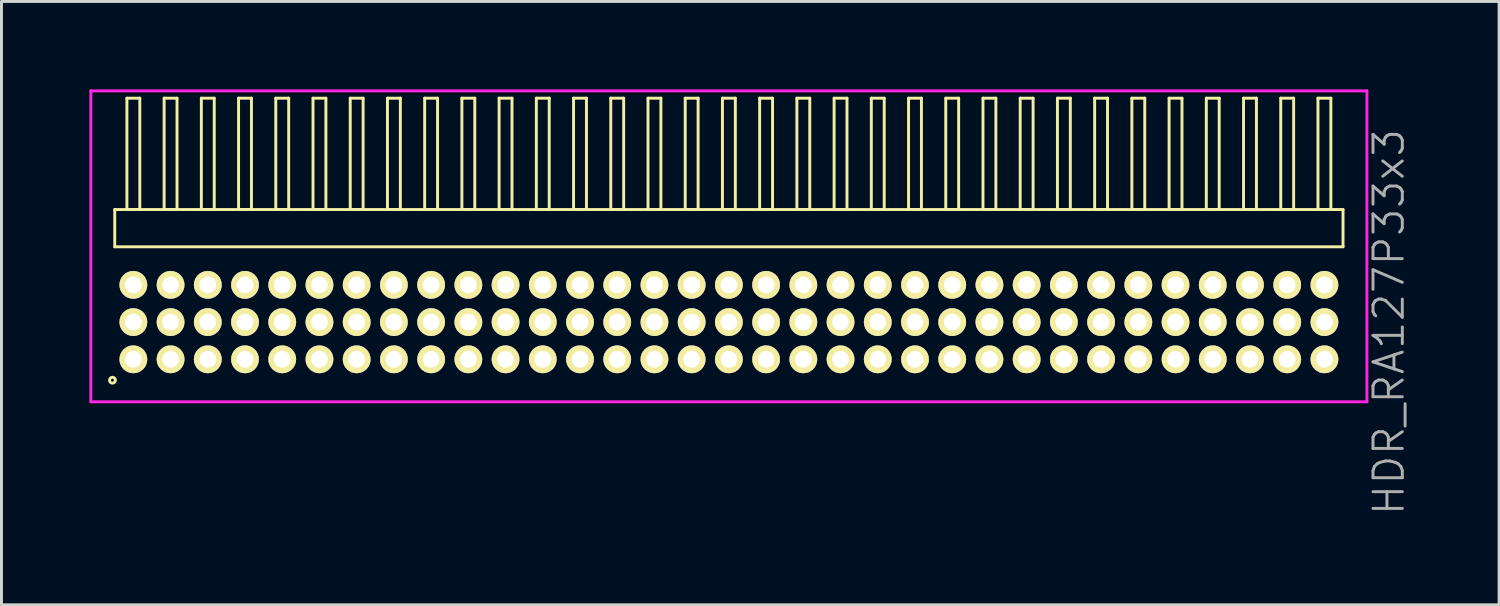
<source format=kicad_pcb>
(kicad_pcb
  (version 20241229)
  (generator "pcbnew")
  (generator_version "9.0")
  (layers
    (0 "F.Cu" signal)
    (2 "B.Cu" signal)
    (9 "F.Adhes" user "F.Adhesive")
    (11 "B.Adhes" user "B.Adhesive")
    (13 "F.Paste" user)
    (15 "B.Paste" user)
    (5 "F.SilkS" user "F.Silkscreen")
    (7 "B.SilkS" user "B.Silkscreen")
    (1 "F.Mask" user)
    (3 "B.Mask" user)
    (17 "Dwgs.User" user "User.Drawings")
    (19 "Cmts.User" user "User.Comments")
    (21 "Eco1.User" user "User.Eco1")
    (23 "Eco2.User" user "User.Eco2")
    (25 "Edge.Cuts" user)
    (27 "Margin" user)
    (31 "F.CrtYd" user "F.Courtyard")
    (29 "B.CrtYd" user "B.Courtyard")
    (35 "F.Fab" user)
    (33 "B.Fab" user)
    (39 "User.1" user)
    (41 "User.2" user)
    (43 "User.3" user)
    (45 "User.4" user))
  (footprint "HDR_RA127P33x3"
    (layer "F.Cu")
    (at 21.82 7.94)
    (property "Reference" "HDR_RA127P33x3" (at 22.52 0 90) (layer "F.Fab") (effects (font (size 1 1) (thickness 0.1))))
    (attr through_hole)
    (fp_line (start -20.955 -3.84) (end -20.955 -2.57) (stroke (width 0.1) (type solid)) (layer "F.SilkS"))
    (fp_line (start -20.955 -2.57) (end 20.955 -2.57) (stroke (width 0.1) (type solid)) (layer "F.SilkS"))
    (fp_line (start -20.54 -7.64) (end -20.54 -3.84) (stroke (width 0.1) (type solid)) (layer "F.SilkS"))
    (fp_line (start -20.54 -3.84) (end -20.1 -3.84) (stroke (width 0.1) (type solid)) (layer "F.SilkS"))
    (fp_line (start -20.1 -7.64) (end -20.54 -7.64) (stroke (width 0.1) (type solid)) (layer "F.SilkS"))
    (fp_line (start -20.1 -3.84) (end -20.1 -7.64) (stroke (width 0.1) (type solid)) (layer "F.SilkS"))
    (fp_line (start -19.27 -7.64) (end -19.27 -3.84) (stroke (width 0.1) (type solid)) (layer "F.SilkS"))
    (fp_line (start -19.27 -3.84) (end -18.83 -3.84) (stroke (width 0.1) (type solid)) (layer "F.SilkS"))
    (fp_line (start -18.83 -7.64) (end -19.27 -7.64) (stroke (width 0.1) (type solid)) (layer "F.SilkS"))
    (fp_line (start -18.83 -3.84) (end -18.83 -7.64) (stroke (width 0.1) (type solid)) (layer "F.SilkS"))
    (fp_line (start -18 -7.64) (end -18 -3.84) (stroke (width 0.1) (type solid)) (layer "F.SilkS"))
    (fp_line (start -18 -3.84) (end -17.56 -3.84) (stroke (width 0.1) (type solid)) (layer "F.SilkS"))
    (fp_line (start -17.56 -7.64) (end -18 -7.64) (stroke (width 0.1) (type solid)) (layer "F.SilkS"))
    (fp_line (start -17.56 -3.84) (end -17.56 -7.64) (stroke (width 0.1) (type solid)) (layer "F.SilkS"))
    (fp_line (start -16.73 -7.64) (end -16.73 -3.84) (stroke (width 0.1) (type solid)) (layer "F.SilkS"))
    (fp_line (start -16.73 -3.84) (end -16.29 -3.84) (stroke (width 0.1) (type solid)) (layer "F.SilkS"))
    (fp_line (start -16.29 -7.64) (end -16.73 -7.64) (stroke (width 0.1) (type solid)) (layer "F.SilkS"))
    (fp_line (start -16.29 -3.84) (end -16.29 -7.64) (stroke (width 0.1) (type solid)) (layer "F.SilkS"))
    (fp_line (start -15.46 -7.64) (end -15.46 -3.84) (stroke (width 0.1) (type solid)) (layer "F.SilkS"))
    (fp_line (start -15.46 -3.84) (end -15.02 -3.84) (stroke (width 0.1) (type solid)) (layer "F.SilkS"))
    (fp_line (start -15.02 -7.64) (end -15.46 -7.64) (stroke (width 0.1) (type solid)) (layer "F.SilkS"))
    (fp_line (start -15.02 -3.84) (end -15.02 -7.64) (stroke (width 0.1) (type solid)) (layer "F.SilkS"))
    (fp_line (start -14.19 -7.64) (end -14.19 -3.84) (stroke (width 0.1) (type solid)) (layer "F.SilkS"))
    (fp_line (start -14.19 -3.84) (end -13.75 -3.84) (stroke (width 0.1) (type solid)) (layer "F.SilkS"))
    (fp_line (start -13.75 -7.64) (end -14.19 -7.64) (stroke (width 0.1) (type solid)) (layer "F.SilkS"))
    (fp_line (start -13.75 -3.84) (end -13.75 -7.64) (stroke (width 0.1) (type solid)) (layer "F.SilkS"))
    (fp_line (start -12.92 -7.64) (end -12.92 -3.84) (stroke (width 0.1) (type solid)) (layer "F.SilkS"))
    (fp_line (start -12.92 -3.84) (end -12.48 -3.84) (stroke (width 0.1) (type solid)) (layer "F.SilkS"))
    (fp_line (start -12.48 -7.64) (end -12.92 -7.64) (stroke (width 0.1) (type solid)) (layer "F.SilkS"))
    (fp_line (start -12.48 -3.84) (end -12.48 -7.64) (stroke (width 0.1) (type solid)) (layer "F.SilkS"))
    (fp_line (start -11.65 -7.64) (end -11.65 -3.84) (stroke (width 0.1) (type solid)) (layer "F.SilkS"))
    (fp_line (start -11.65 -3.84) (end -11.21 -3.84) (stroke (width 0.1) (type solid)) (layer "F.SilkS"))
    (fp_line (start -11.21 -7.64) (end -11.65 -7.64) (stroke (width 0.1) (type solid)) (layer "F.SilkS"))
    (fp_line (start -11.21 -3.84) (end -11.21 -7.64) (stroke (width 0.1) (type solid)) (layer "F.SilkS"))
    (fp_line (start -10.38 -7.64) (end -10.38 -3.84) (stroke (width 0.1) (type solid)) (layer "F.SilkS"))
    (fp_line (start -10.38 -3.84) (end -9.94 -3.84) (stroke (width 0.1) (type solid)) (layer "F.SilkS"))
    (fp_line (start -9.94 -7.64) (end -10.38 -7.64) (stroke (width 0.1) (type solid)) (layer "F.SilkS"))
    (fp_line (start -9.94 -3.84) (end -9.94 -7.64) (stroke (width 0.1) (type solid)) (layer "F.SilkS"))
    (fp_line (start -9.11 -7.64) (end -9.11 -3.84) (stroke (width 0.1) (type solid)) (layer "F.SilkS"))
    (fp_line (start -9.11 -3.84) (end -8.67 -3.84) (stroke (width 0.1) (type solid)) (layer "F.SilkS"))
    (fp_line (start -8.67 -7.64) (end -9.11 -7.64) (stroke (width 0.1) (type solid)) (layer "F.SilkS"))
    (fp_line (start -8.67 -3.84) (end -8.67 -7.64) (stroke (width 0.1) (type solid)) (layer "F.SilkS"))
    (fp_line (start -7.84 -7.64) (end -7.84 -3.84) (stroke (width 0.1) (type solid)) (layer "F.SilkS"))
    (fp_line (start -7.84 -3.84) (end -7.4 -3.84) (stroke (width 0.1) (type solid)) (layer "F.SilkS"))
    (fp_line (start -7.4 -7.64) (end -7.84 -7.64) (stroke (width 0.1) (type solid)) (layer "F.SilkS"))
    (fp_line (start -7.4 -3.84) (end -7.4 -7.64) (stroke (width 0.1) (type solid)) (layer "F.SilkS"))
    (fp_line (start -6.57 -7.64) (end -6.57 -3.84) (stroke (width 0.1) (type solid)) (layer "F.SilkS"))
    (fp_line (start -6.57 -3.84) (end -6.13 -3.84) (stroke (width 0.1) (type solid)) (layer "F.SilkS"))
    (fp_line (start -6.13 -7.64) (end -6.57 -7.64) (stroke (width 0.1) (type solid)) (layer "F.SilkS"))
    (fp_line (start -6.13 -3.84) (end -6.13 -7.64) (stroke (width 0.1) (type solid)) (layer "F.SilkS"))
    (fp_line (start -5.3 -7.64) (end -5.3 -3.84) (stroke (width 0.1) (type solid)) (layer "F.SilkS"))
    (fp_line (start -5.3 -3.84) (end -4.86 -3.84) (stroke (width 0.1) (type solid)) (layer "F.SilkS"))
    (fp_line (start -4.86 -7.64) (end -5.3 -7.64) (stroke (width 0.1) (type solid)) (layer "F.SilkS"))
    (fp_line (start -4.86 -3.84) (end -4.86 -7.64) (stroke (width 0.1) (type solid)) (layer "F.SilkS"))
    (fp_line (start -4.03 -7.64) (end -4.03 -3.84) (stroke (width 0.1) (type solid)) (layer "F.SilkS"))
    (fp_line (start -4.03 -3.84) (end -3.59 -3.84) (stroke (width 0.1) (type solid)) (layer "F.SilkS"))
    (fp_line (start -3.59 -7.64) (end -4.03 -7.64) (stroke (width 0.1) (type solid)) (layer "F.SilkS"))
    (fp_line (start -3.59 -3.84) (end -3.59 -7.64) (stroke (width 0.1) (type solid)) (layer "F.SilkS"))
    (fp_line (start -2.76 -7.64) (end -2.76 -3.84) (stroke (width 0.1) (type solid)) (layer "F.SilkS"))
    (fp_line (start -2.76 -3.84) (end -2.32 -3.84) (stroke (width 0.1) (type solid)) (layer "F.SilkS"))
    (fp_line (start -2.32 -7.64) (end -2.76 -7.64) (stroke (width 0.1) (type solid)) (layer "F.SilkS"))
    (fp_line (start -2.32 -3.84) (end -2.32 -7.64) (stroke (width 0.1) (type solid)) (layer "F.SilkS"))
    (fp_line (start -1.49 -7.64) (end -1.49 -3.84) (stroke (width 0.1) (type solid)) (layer "F.SilkS"))
    (fp_line (start -1.49 -3.84) (end -1.05 -3.84) (stroke (width 0.1) (type solid)) (layer "F.SilkS"))
    (fp_line (start -1.05 -7.64) (end -1.49 -7.64) (stroke (width 0.1) (type solid)) (layer "F.SilkS"))
    (fp_line (start -1.05 -3.84) (end -1.05 -7.64) (stroke (width 0.1) (type solid)) (layer "F.SilkS"))
    (fp_line (start -0.22 -7.64) (end -0.22 -3.84) (stroke (width 0.1) (type solid)) (layer "F.SilkS"))
    (fp_line (start -0.22 -3.84) (end 0.22 -3.84) (stroke (width 0.1) (type solid)) (layer "F.SilkS"))
    (fp_line (start 0.22 -7.64) (end -0.22 -7.64) (stroke (width 0.1) (type solid)) (layer "F.SilkS"))
    (fp_line (start 0.22 -3.84) (end 0.22 -7.64) (stroke (width 0.1) (type solid)) (layer "F.SilkS"))
    (fp_line (start 1.05 -7.64) (end 1.05 -3.84) (stroke (width 0.1) (type solid)) (layer "F.SilkS"))
    (fp_line (start 1.05 -3.84) (end 1.49 -3.84) (stroke (width 0.1) (type solid)) (layer "F.SilkS"))
    (fp_line (start 1.49 -7.64) (end 1.05 -7.64) (stroke (width 0.1) (type solid)) (layer "F.SilkS"))
    (fp_line (start 1.49 -3.84) (end 1.49 -7.64) (stroke (width 0.1) (type solid)) (layer "F.SilkS"))
    (fp_line (start 2.32 -7.64) (end 2.32 -3.84) (stroke (width 0.1) (type solid)) (layer "F.SilkS"))
    (fp_line (start 2.32 -3.84) (end 2.76 -3.84) (stroke (width 0.1) (type solid)) (layer "F.SilkS"))
    (fp_line (start 2.76 -7.64) (end 2.32 -7.64) (stroke (width 0.1) (type solid)) (layer "F.SilkS"))
    (fp_line (start 2.76 -3.84) (end 2.76 -7.64) (stroke (width 0.1) (type solid)) (layer "F.SilkS"))
    (fp_line (start 3.59 -7.64) (end 3.59 -3.84) (stroke (width 0.1) (type solid)) (layer "F.SilkS"))
    (fp_line (start 3.59 -3.84) (end 4.03 -3.84) (stroke (width 0.1) (type solid)) (layer "F.SilkS"))
    (fp_line (start 4.03 -7.64) (end 3.59 -7.64) (stroke (width 0.1) (type solid)) (layer "F.SilkS"))
    (fp_line (start 4.03 -3.84) (end 4.03 -7.64) (stroke (width 0.1) (type solid)) (layer "F.SilkS"))
    (fp_line (start 4.86 -7.64) (end 4.86 -3.84) (stroke (width 0.1) (type solid)) (layer "F.SilkS"))
    (fp_line (start 4.86 -3.84) (end 5.3 -3.84) (stroke (width 0.1) (type solid)) (layer "F.SilkS"))
    (fp_line (start 5.3 -7.64) (end 4.86 -7.64) (stroke (width 0.1) (type solid)) (layer "F.SilkS"))
    (fp_line (start 5.3 -3.84) (end 5.3 -7.64) (stroke (width 0.1) (type solid)) (layer "F.SilkS"))
    (fp_line (start 6.13 -7.64) (end 6.13 -3.84) (stroke (width 0.1) (type solid)) (layer "F.SilkS"))
    (fp_line (start 6.13 -3.84) (end 6.57 -3.84) (stroke (width 0.1) (type solid)) (layer "F.SilkS"))
    (fp_line (start 6.57 -7.64) (end 6.13 -7.64) (stroke (width 0.1) (type solid)) (layer "F.SilkS"))
    (fp_line (start 6.57 -3.84) (end 6.57 -7.64) (stroke (width 0.1) (type solid)) (layer "F.SilkS"))
    (fp_line (start 7.4 -7.64) (end 7.4 -3.84) (stroke (width 0.1) (type solid)) (layer "F.SilkS"))
    (fp_line (start 7.4 -3.84) (end 7.84 -3.84) (stroke (width 0.1) (type solid)) (layer "F.SilkS"))
    (fp_line (start 7.84 -7.64) (end 7.4 -7.64) (stroke (width 0.1) (type solid)) (layer "F.SilkS"))
    (fp_line (start 7.84 -3.84) (end 7.84 -7.64) (stroke (width 0.1) (type solid)) (layer "F.SilkS"))
    (fp_line (start 8.67 -7.64) (end 8.67 -3.84) (stroke (width 0.1) (type solid)) (layer "F.SilkS"))
    (fp_line (start 8.67 -3.84) (end 9.11 -3.84) (stroke (width 0.1) (type solid)) (layer "F.SilkS"))
    (fp_line (start 9.11 -7.64) (end 8.67 -7.64) (stroke (width 0.1) (type solid)) (layer "F.SilkS"))
    (fp_line (start 9.11 -3.84) (end 9.11 -7.64) (stroke (width 0.1) (type solid)) (layer "F.SilkS"))
    (fp_line (start 9.94 -7.64) (end 9.94 -3.84) (stroke (width 0.1) (type solid)) (layer "F.SilkS"))
    (fp_line (start 9.94 -3.84) (end 10.38 -3.84) (stroke (width 0.1) (type solid)) (layer "F.SilkS"))
    (fp_line (start 10.38 -7.64) (end 9.94 -7.64) (stroke (width 0.1) (type solid)) (layer "F.SilkS"))
    (fp_line (start 10.38 -3.84) (end 10.38 -7.64) (stroke (width 0.1) (type solid)) (layer "F.SilkS"))
    (fp_line (start 11.21 -7.64) (end 11.21 -3.84) (stroke (width 0.1) (type solid)) (layer "F.SilkS"))
    (fp_line (start 11.21 -3.84) (end 11.65 -3.84) (stroke (width 0.1) (type solid)) (layer "F.SilkS"))
    (fp_line (start 11.65 -7.64) (end 11.21 -7.64) (stroke (width 0.1) (type solid)) (layer "F.SilkS"))
    (fp_line (start 11.65 -3.84) (end 11.65 -7.64) (stroke (width 0.1) (type solid)) (layer "F.SilkS"))
    (fp_line (start 12.48 -7.64) (end 12.48 -3.84) (stroke (width 0.1) (type solid)) (layer "F.SilkS"))
    (fp_line (start 12.48 -3.84) (end 12.92 -3.84) (stroke (width 0.1) (type solid)) (layer "F.SilkS"))
    (fp_line (start 12.92 -7.64) (end 12.48 -7.64) (stroke (width 0.1) (type solid)) (layer "F.SilkS"))
    (fp_line (start 12.92 -3.84) (end 12.92 -7.64) (stroke (width 0.1) (type solid)) (layer "F.SilkS"))
    (fp_line (start 13.75 -7.64) (end 13.75 -3.84) (stroke (width 0.1) (type solid)) (layer "F.SilkS"))
    (fp_line (start 13.75 -3.84) (end 14.19 -3.84) (stroke (width 0.1) (type solid)) (layer "F.SilkS"))
    (fp_line (start 14.19 -7.64) (end 13.75 -7.64) (stroke (width 0.1) (type solid)) (layer "F.SilkS"))
    (fp_line (start 14.19 -3.84) (end 14.19 -7.64) (stroke (width 0.1) (type solid)) (layer "F.SilkS"))
    (fp_line (start 15.02 -7.64) (end 15.02 -3.84) (stroke (width 0.1) (type solid)) (layer "F.SilkS"))
    (fp_line (start 15.02 -3.84) (end 15.46 -3.84) (stroke (width 0.1) (type solid)) (layer "F.SilkS"))
    (fp_line (start 15.46 -7.64) (end 15.02 -7.64) (stroke (width 0.1) (type solid)) (layer "F.SilkS"))
    (fp_line (start 15.46 -3.84) (end 15.46 -7.64) (stroke (width 0.1) (type solid)) (layer "F.SilkS"))
    (fp_line (start 16.29 -7.64) (end 16.29 -3.84) (stroke (width 0.1) (type solid)) (layer "F.SilkS"))
    (fp_line (start 16.29 -3.84) (end 16.73 -3.84) (stroke (width 0.1) (type solid)) (layer "F.SilkS"))
    (fp_line (start 16.73 -7.64) (end 16.29 -7.64) (stroke (width 0.1) (type solid)) (layer "F.SilkS"))
    (fp_line (start 16.73 -3.84) (end 16.73 -7.64) (stroke (width 0.1) (type solid)) (layer "F.SilkS"))
    (fp_line (start 17.56 -7.64) (end 17.56 -3.84) (stroke (width 0.1) (type solid)) (layer "F.SilkS"))
    (fp_line (start 17.56 -3.84) (end 18 -3.84) (stroke (width 0.1) (type solid)) (layer "F.SilkS"))
    (fp_line (start 18 -7.64) (end 17.56 -7.64) (stroke (width 0.1) (type solid)) (layer "F.SilkS"))
    (fp_line (start 18 -3.84) (end 18 -7.64) (stroke (width 0.1) (type solid)) (layer "F.SilkS"))
    (fp_line (start 18.83 -7.64) (end 18.83 -3.84) (stroke (width 0.1) (type solid)) (layer "F.SilkS"))
    (fp_line (start 18.83 -3.84) (end 19.27 -3.84) (stroke (width 0.1) (type solid)) (layer "F.SilkS"))
    (fp_line (start 19.27 -7.64) (end 18.83 -7.64) (stroke (width 0.1) (type solid)) (layer "F.SilkS"))
    (fp_line (start 19.27 -3.84) (end 19.27 -7.64) (stroke (width 0.1) (type solid)) (layer "F.SilkS"))
    (fp_line (start 20.1 -7.64) (end 20.1 -3.84) (stroke (width 0.1) (type solid)) (layer "F.SilkS"))
    (fp_line (start 20.1 -3.84) (end 20.54 -3.84) (stroke (width 0.1) (type solid)) (layer "F.SilkS"))
    (fp_line (start 20.54 -7.64) (end 20.1 -7.64) (stroke (width 0.1) (type solid)) (layer "F.SilkS"))
    (fp_line (start 20.54 -3.84) (end 20.54 -7.64) (stroke (width 0.1) (type solid)) (layer "F.SilkS"))
    (fp_line (start 20.955 -3.84) (end -20.955 -3.84) (stroke (width 0.1) (type solid)) (layer "F.SilkS"))
    (fp_line (start 20.955 -2.57) (end 20.955 -3.84) (stroke (width 0.1) (type solid)) (layer "F.SilkS"))
    (fp_circle (center -21.033 1.983) (end -20.933 1.983) (stroke (width 0.1) (type solid)) (fill no) (layer "F.SilkS"))
    (fp_line (start -21.77 -7.89) (end -21.77 2.72) (stroke (width 0.1) (type solid)) (layer "F.CrtYd"))
    (fp_line (start -21.77 2.72) (end 21.77 2.72) (stroke (width 0.1) (type solid)) (layer "F.CrtYd"))
    (fp_line (start 21.77 -7.89) (end -21.77 -7.89) (stroke (width 0.1) (type solid)) (layer "F.CrtYd"))
    (fp_line (start 21.77 2.72) (end 21.77 -7.89) (stroke (width 0.1) (type solid)) (layer "F.CrtYd"))
    (pad "1" thru_hole oval (at -20.32 1.27) (size 0.95 0.95) (drill 0.57) (layers "*.Cu" "*.Mask" "F.SilkS"))
    (pad "2" thru_hole oval (at -20.32 0) (size 0.95 0.95) (drill 0.57) (layers "*.Cu" "*.Mask" "F.SilkS"))
    (pad "3" thru_hole oval (at -20.32 -1.27) (size 0.95 0.95) (drill 0.57) (layers "*.Cu" "*.Mask" "F.SilkS"))
    (pad "4" thru_hole oval (at -19.05 1.27) (size 0.95 0.95) (drill 0.57) (layers "*.Cu" "*.Mask" "F.SilkS"))
    (pad "5" thru_hole oval (at -19.05 0) (size 0.95 0.95) (drill 0.57) (layers "*.Cu" "*.Mask" "F.SilkS"))
    (pad "6" thru_hole oval (at -19.05 -1.27) (size 0.95 0.95) (drill 0.57) (layers "*.Cu" "*.Mask" "F.SilkS"))
    (pad "7" thru_hole oval (at -17.78 1.27) (size 0.95 0.95) (drill 0.57) (layers "*.Cu" "*.Mask" "F.SilkS"))
    (pad "8" thru_hole oval (at -17.78 0) (size 0.95 0.95) (drill 0.57) (layers "*.Cu" "*.Mask" "F.SilkS"))
    (pad "9" thru_hole oval (at -17.78 -1.27) (size 0.95 0.95) (drill 0.57) (layers "*.Cu" "*.Mask" "F.SilkS"))
    (pad "10" thru_hole oval (at -16.51 1.27) (size 0.95 0.95) (drill 0.57) (layers "*.Cu" "*.Mask" "F.SilkS"))
    (pad "11" thru_hole oval (at -16.51 0) (size 0.95 0.95) (drill 0.57) (layers "*.Cu" "*.Mask" "F.SilkS"))
    (pad "12" thru_hole oval (at -16.51 -1.27) (size 0.95 0.95) (drill 0.57) (layers "*.Cu" "*.Mask" "F.SilkS"))
    (pad "13" thru_hole oval (at -15.24 1.27) (size 0.95 0.95) (drill 0.57) (layers "*.Cu" "*.Mask" "F.SilkS"))
    (pad "14" thru_hole oval (at -15.24 0) (size 0.95 0.95) (drill 0.57) (layers "*.Cu" "*.Mask" "F.SilkS"))
    (pad "15" thru_hole oval (at -15.24 -1.27) (size 0.95 0.95) (drill 0.57) (layers "*.Cu" "*.Mask" "F.SilkS"))
    (pad "16" thru_hole oval (at -13.97 1.27) (size 0.95 0.95) (drill 0.57) (layers "*.Cu" "*.Mask" "F.SilkS"))
    (pad "17" thru_hole oval (at -13.97 0) (size 0.95 0.95) (drill 0.57) (layers "*.Cu" "*.Mask" "F.SilkS"))
    (pad "18" thru_hole oval (at -13.97 -1.27) (size 0.95 0.95) (drill 0.57) (layers "*.Cu" "*.Mask" "F.SilkS"))
    (pad "19" thru_hole oval (at -12.7 1.27) (size 0.95 0.95) (drill 0.57) (layers "*.Cu" "*.Mask" "F.SilkS"))
    (pad "20" thru_hole oval (at -12.7 0) (size 0.95 0.95) (drill 0.57) (layers "*.Cu" "*.Mask" "F.SilkS"))
    (pad "21" thru_hole oval (at -12.7 -1.27) (size 0.95 0.95) (drill 0.57) (layers "*.Cu" "*.Mask" "F.SilkS"))
    (pad "22" thru_hole oval (at -11.43 1.27) (size 0.95 0.95) (drill 0.57) (layers "*.Cu" "*.Mask" "F.SilkS"))
    (pad "23" thru_hole oval (at -11.43 0) (size 0.95 0.95) (drill 0.57) (layers "*.Cu" "*.Mask" "F.SilkS"))
    (pad "24" thru_hole oval (at -11.43 -1.27) (size 0.95 0.95) (drill 0.57) (layers "*.Cu" "*.Mask" "F.SilkS"))
    (pad "25" thru_hole oval (at -10.16 1.27) (size 0.95 0.95) (drill 0.57) (layers "*.Cu" "*.Mask" "F.SilkS"))
    (pad "26" thru_hole oval (at -10.16 0) (size 0.95 0.95) (drill 0.57) (layers "*.Cu" "*.Mask" "F.SilkS"))
    (pad "27" thru_hole oval (at -10.16 -1.27) (size 0.95 0.95) (drill 0.57) (layers "*.Cu" "*.Mask" "F.SilkS"))
    (pad "28" thru_hole oval (at -8.89 1.27) (size 0.95 0.95) (drill 0.57) (layers "*.Cu" "*.Mask" "F.SilkS"))
    (pad "29" thru_hole oval (at -8.89 0) (size 0.95 0.95) (drill 0.57) (layers "*.Cu" "*.Mask" "F.SilkS"))
    (pad "30" thru_hole oval (at -8.89 -1.27) (size 0.95 0.95) (drill 0.57) (layers "*.Cu" "*.Mask" "F.SilkS"))
    (pad "31" thru_hole oval (at -7.62 1.27) (size 0.95 0.95) (drill 0.57) (layers "*.Cu" "*.Mask" "F.SilkS"))
    (pad "32" thru_hole oval (at -7.62 0) (size 0.95 0.95) (drill 0.57) (layers "*.Cu" "*.Mask" "F.SilkS"))
    (pad "33" thru_hole oval (at -7.62 -1.27) (size 0.95 0.95) (drill 0.57) (layers "*.Cu" "*.Mask" "F.SilkS"))
    (pad "34" thru_hole oval (at -6.35 1.27) (size 0.95 0.95) (drill 0.57) (layers "*.Cu" "*.Mask" "F.SilkS"))
    (pad "35" thru_hole oval (at -6.35 0) (size 0.95 0.95) (drill 0.57) (layers "*.Cu" "*.Mask" "F.SilkS"))
    (pad "36" thru_hole oval (at -6.35 -1.27) (size 0.95 0.95) (drill 0.57) (layers "*.Cu" "*.Mask" "F.SilkS"))
    (pad "37" thru_hole oval (at -5.08 1.27) (size 0.95 0.95) (drill 0.57) (layers "*.Cu" "*.Mask" "F.SilkS"))
    (pad "38" thru_hole oval (at -5.08 0) (size 0.95 0.95) (drill 0.57) (layers "*.Cu" "*.Mask" "F.SilkS"))
    (pad "39" thru_hole oval (at -5.08 -1.27) (size 0.95 0.95) (drill 0.57) (layers "*.Cu" "*.Mask" "F.SilkS"))
    (pad "40" thru_hole oval (at -3.81 1.27) (size 0.95 0.95) (drill 0.57) (layers "*.Cu" "*.Mask" "F.SilkS"))
    (pad "41" thru_hole oval (at -3.81 0) (size 0.95 0.95) (drill 0.57) (layers "*.Cu" "*.Mask" "F.SilkS"))
    (pad "42" thru_hole oval (at -3.81 -1.27) (size 0.95 0.95) (drill 0.57) (layers "*.Cu" "*.Mask" "F.SilkS"))
    (pad "43" thru_hole oval (at -2.54 1.27) (size 0.95 0.95) (drill 0.57) (layers "*.Cu" "*.Mask" "F.SilkS"))
    (pad "44" thru_hole oval (at -2.54 0) (size 0.95 0.95) (drill 0.57) (layers "*.Cu" "*.Mask" "F.SilkS"))
    (pad "45" thru_hole oval (at -2.54 -1.27) (size 0.95 0.95) (drill 0.57) (layers "*.Cu" "*.Mask" "F.SilkS"))
    (pad "46" thru_hole oval (at -1.27 1.27) (size 0.95 0.95) (drill 0.57) (layers "*.Cu" "*.Mask" "F.SilkS"))
    (pad "47" thru_hole oval (at -1.27 0) (size 0.95 0.95) (drill 0.57) (layers "*.Cu" "*.Mask" "F.SilkS"))
    (pad "48" thru_hole oval (at -1.27 -1.27) (size 0.95 0.95) (drill 0.57) (layers "*.Cu" "*.Mask" "F.SilkS"))
    (pad "49" thru_hole oval (at 0 1.27) (size 0.95 0.95) (drill 0.57) (layers "*.Cu" "*.Mask" "F.SilkS"))
    (pad "50" thru_hole oval (at 0 0) (size 0.95 0.95) (drill 0.57) (layers "*.Cu" "*.Mask" "F.SilkS"))
    (pad "51" thru_hole oval (at 0 -1.27) (size 0.95 0.95) (drill 0.57) (layers "*.Cu" "*.Mask" "F.SilkS"))
    (pad "52" thru_hole oval (at 1.27 1.27) (size 0.95 0.95) (drill 0.57) (layers "*.Cu" "*.Mask" "F.SilkS"))
    (pad "53" thru_hole oval (at 1.27 0) (size 0.95 0.95) (drill 0.57) (layers "*.Cu" "*.Mask" "F.SilkS"))
    (pad "54" thru_hole oval (at 1.27 -1.27) (size 0.95 0.95) (drill 0.57) (layers "*.Cu" "*.Mask" "F.SilkS"))
    (pad "55" thru_hole oval (at 2.54 1.27) (size 0.95 0.95) (drill 0.57) (layers "*.Cu" "*.Mask" "F.SilkS"))
    (pad "56" thru_hole oval (at 2.54 0) (size 0.95 0.95) (drill 0.57) (layers "*.Cu" "*.Mask" "F.SilkS"))
    (pad "57" thru_hole oval (at 2.54 -1.27) (size 0.95 0.95) (drill 0.57) (layers "*.Cu" "*.Mask" "F.SilkS"))
    (pad "58" thru_hole oval (at 3.81 1.27) (size 0.95 0.95) (drill 0.57) (layers "*.Cu" "*.Mask" "F.SilkS"))
    (pad "59" thru_hole oval (at 3.81 0) (size 0.95 0.95) (drill 0.57) (layers "*.Cu" "*.Mask" "F.SilkS"))
    (pad "60" thru_hole oval (at 3.81 -1.27) (size 0.95 0.95) (drill 0.57) (layers "*.Cu" "*.Mask" "F.SilkS"))
    (pad "61" thru_hole oval (at 5.08 1.27) (size 0.95 0.95) (drill 0.57) (layers "*.Cu" "*.Mask" "F.SilkS"))
    (pad "62" thru_hole oval (at 5.08 0) (size 0.95 0.95) (drill 0.57) (layers "*.Cu" "*.Mask" "F.SilkS"))
    (pad "63" thru_hole oval (at 5.08 -1.27) (size 0.95 0.95) (drill 0.57) (layers "*.Cu" "*.Mask" "F.SilkS"))
    (pad "64" thru_hole oval (at 6.35 1.27) (size 0.95 0.95) (drill 0.57) (layers "*.Cu" "*.Mask" "F.SilkS"))
    (pad "65" thru_hole oval (at 6.35 0) (size 0.95 0.95) (drill 0.57) (layers "*.Cu" "*.Mask" "F.SilkS"))
    (pad "66" thru_hole oval (at 6.35 -1.27) (size 0.95 0.95) (drill 0.57) (layers "*.Cu" "*.Mask" "F.SilkS"))
    (pad "67" thru_hole oval (at 7.62 1.27) (size 0.95 0.95) (drill 0.57) (layers "*.Cu" "*.Mask" "F.SilkS"))
    (pad "68" thru_hole oval (at 7.62 0) (size 0.95 0.95) (drill 0.57) (layers "*.Cu" "*.Mask" "F.SilkS"))
    (pad "69" thru_hole oval (at 7.62 -1.27) (size 0.95 0.95) (drill 0.57) (layers "*.Cu" "*.Mask" "F.SilkS"))
    (pad "70" thru_hole oval (at 8.89 1.27) (size 0.95 0.95) (drill 0.57) (layers "*.Cu" "*.Mask" "F.SilkS"))
    (pad "71" thru_hole oval (at 8.89 0) (size 0.95 0.95) (drill 0.57) (layers "*.Cu" "*.Mask" "F.SilkS"))
    (pad "72" thru_hole oval (at 8.89 -1.27) (size 0.95 0.95) (drill 0.57) (layers "*.Cu" "*.Mask" "F.SilkS"))
    (pad "73" thru_hole oval (at 10.16 1.27) (size 0.95 0.95) (drill 0.57) (layers "*.Cu" "*.Mask" "F.SilkS"))
    (pad "74" thru_hole oval (at 10.16 0) (size 0.95 0.95) (drill 0.57) (layers "*.Cu" "*.Mask" "F.SilkS"))
    (pad "75" thru_hole oval (at 10.16 -1.27) (size 0.95 0.95) (drill 0.57) (layers "*.Cu" "*.Mask" "F.SilkS"))
    (pad "76" thru_hole oval (at 11.43 1.27) (size 0.95 0.95) (drill 0.57) (layers "*.Cu" "*.Mask" "F.SilkS"))
    (pad "77" thru_hole oval (at 11.43 0) (size 0.95 0.95) (drill 0.57) (layers "*.Cu" "*.Mask" "F.SilkS"))
    (pad "78" thru_hole oval (at 11.43 -1.27) (size 0.95 0.95) (drill 0.57) (layers "*.Cu" "*.Mask" "F.SilkS"))
    (pad "79" thru_hole oval (at 12.7 1.27) (size 0.95 0.95) (drill 0.57) (layers "*.Cu" "*.Mask" "F.SilkS"))
    (pad "80" thru_hole oval (at 12.7 0) (size 0.95 0.95) (drill 0.57) (layers "*.Cu" "*.Mask" "F.SilkS"))
    (pad "81" thru_hole oval (at 12.7 -1.27) (size 0.95 0.95) (drill 0.57) (layers "*.Cu" "*.Mask" "F.SilkS"))
    (pad "82" thru_hole oval (at 13.97 1.27) (size 0.95 0.95) (drill 0.57) (layers "*.Cu" "*.Mask" "F.SilkS"))
    (pad "83" thru_hole oval (at 13.97 0) (size 0.95 0.95) (drill 0.57) (layers "*.Cu" "*.Mask" "F.SilkS"))
    (pad "84" thru_hole oval (at 13.97 -1.27) (size 0.95 0.95) (drill 0.57) (layers "*.Cu" "*.Mask" "F.SilkS"))
    (pad "85" thru_hole oval (at 15.24 1.27) (size 0.95 0.95) (drill 0.57) (layers "*.Cu" "*.Mask" "F.SilkS"))
    (pad "86" thru_hole oval (at 15.24 0) (size 0.95 0.95) (drill 0.57) (layers "*.Cu" "*.Mask" "F.SilkS"))
    (pad "87" thru_hole oval (at 15.24 -1.27) (size 0.95 0.95) (drill 0.57) (layers "*.Cu" "*.Mask" "F.SilkS"))
    (pad "88" thru_hole oval (at 16.51 1.27) (size 0.95 0.95) (drill 0.57) (layers "*.Cu" "*.Mask" "F.SilkS"))
    (pad "89" thru_hole oval (at 16.51 0) (size 0.95 0.95) (drill 0.57) (layers "*.Cu" "*.Mask" "F.SilkS"))
    (pad "90" thru_hole oval (at 16.51 -1.27) (size 0.95 0.95) (drill 0.57) (layers "*.Cu" "*.Mask" "F.SilkS"))
    (pad "91" thru_hole oval (at 17.78 1.27) (size 0.95 0.95) (drill 0.57) (layers "*.Cu" "*.Mask" "F.SilkS"))
    (pad "92" thru_hole oval (at 17.78 0) (size 0.95 0.95) (drill 0.57) (layers "*.Cu" "*.Mask" "F.SilkS"))
    (pad "93" thru_hole oval (at 17.78 -1.27) (size 0.95 0.95) (drill 0.57) (layers "*.Cu" "*.Mask" "F.SilkS"))
    (pad "94" thru_hole oval (at 19.05 1.27) (size 0.95 0.95) (drill 0.57) (layers "*.Cu" "*.Mask" "F.SilkS"))
    (pad "95" thru_hole oval (at 19.05 0) (size 0.95 0.95) (drill 0.57) (layers "*.Cu" "*.Mask" "F.SilkS"))
    (pad "96" thru_hole oval (at 19.05 -1.27) (size 0.95 0.95) (drill 0.57) (layers "*.Cu" "*.Mask" "F.SilkS"))
    (pad "97" thru_hole oval (at 20.32 1.27) (size 0.95 0.95) (drill 0.57) (layers "*.Cu" "*.Mask" "F.SilkS"))
    (pad "98" thru_hole oval (at 20.32 0) (size 0.95 0.95) (drill 0.57) (layers "*.Cu" "*.Mask" "F.SilkS"))
    (pad "99" thru_hole oval (at 20.32 -1.27) (size 0.95 0.95) (drill 0.57) (layers "*.Cu" "*.Mask" "F.SilkS")))
  (gr_rect
    (start -3 -3)
    (end 48.1 17.585)
    (stroke (width 0.1) (type default))
    (fill no)
    (layer "Edge.Cuts")))
</source>
